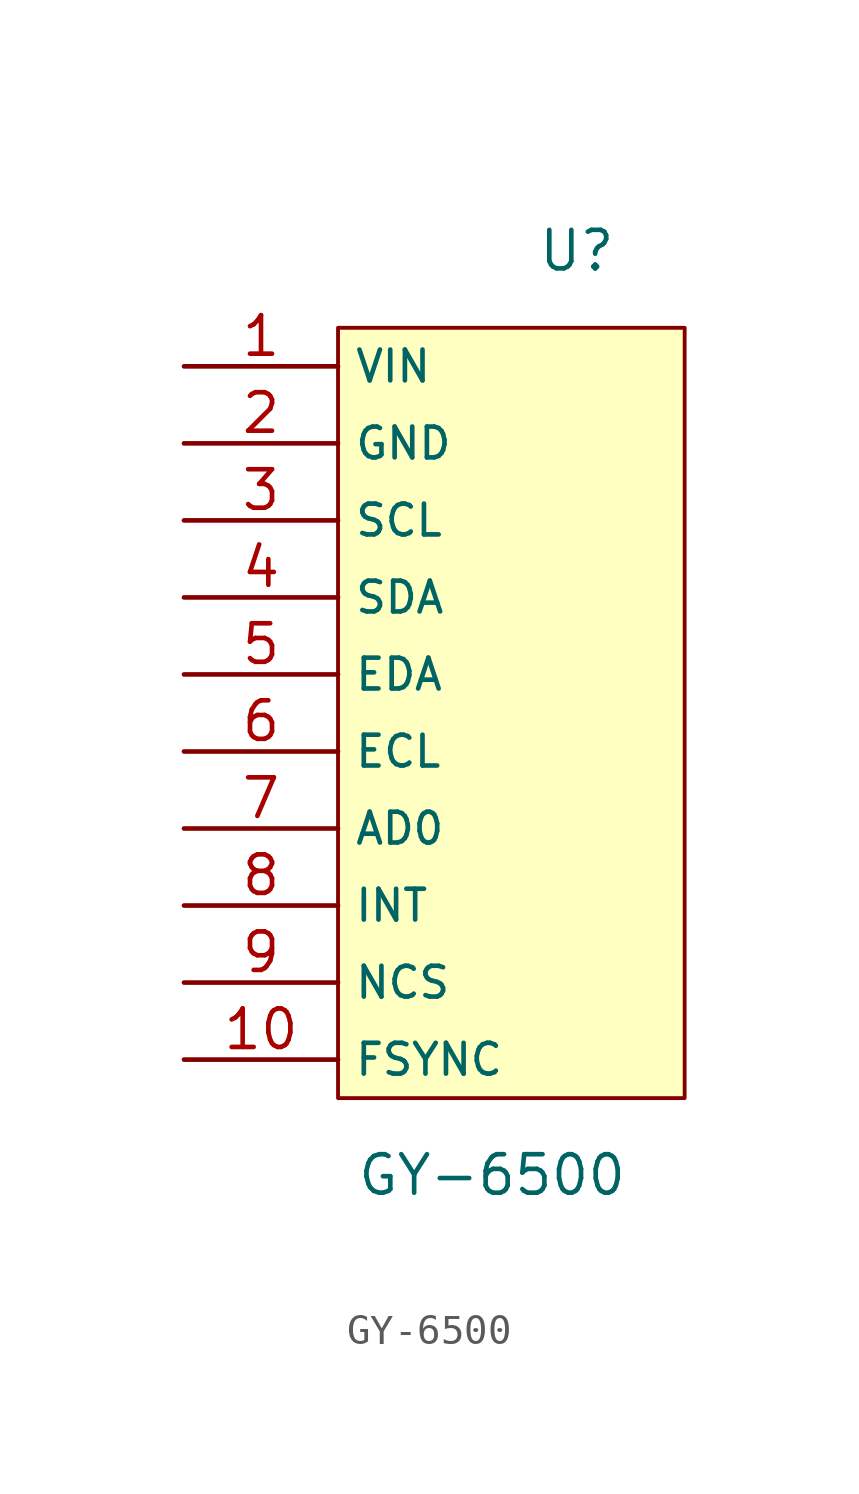
<source format=kicad_sym>
(kicad_symbol_lib
  (version 20241209)
  (generator "kicad_symbol_editor")
  (generator_version "9.0")
  (symbol "GY-6500"
    (property "Reference" "U"
      (at 2.794 15.24 0)
      (effects (font (size 1.27 1.27))))
    (property "Value" "GY-6500"
      (at 0 -15.24 0)
      (effects (font (size 1.27 1.27))))
    (symbol "GY-6500_1_0"
      (pin power_in line (at -10.16 11.43 0) (length 5.08) (name "VIN" (effects (font (size 1.016 1.016)))) (number "1" (effects (font (size 1.27 1.27)))))
      (pin power_in line (at -10.16 8.89 0) (length 5.08) (name "GND" (effects (font (size 1.016 1.016)))) (number "2" (effects (font (size 1.27 1.27)))))
      (pin bidirectional line (at -10.16 6.35 0) (length 5.08) (name "SCL" (effects (font (size 1.016 1.016)))) (number "3" (effects (font (size 1.27 1.27)))))
      (pin bidirectional line (at -10.16 3.81 0) (length 5.08) (name "SDA" (effects (font (size 1.016 1.016)))) (number "4" (effects (font (size 1.27 1.27)))))
      (pin bidirectional line (at -10.16 1.27 0) (length 5.08) (name "EDA" (effects (font (size 1.016 1.016)))) (number "5" (effects (font (size 1.27 1.27)))))
      (pin bidirectional line (at -10.16 -1.27 0) (length 5.08) (name "ECL" (effects (font (size 1.016 1.016)))) (number "6" (effects (font (size 1.27 1.27)))))
      (pin input line (at -10.16 -3.81 0) (length 5.08) (name "AD0" (effects (font (size 1.016 1.016)))) (number "7" (effects (font (size 1.27 1.27)))))
      (pin output line (at -10.16 -6.35 0) (length 5.08) (name "INT" (effects (font (size 1.016 1.016)))) (number "8" (effects (font (size 1.27 1.27)))))
      (pin input line (at -10.16 -8.89 0) (length 5.08) (name "NCS" (effects (font (size 1.016 1.016)))) (number "9" (effects (font (size 1.27 1.27)))))
      (pin input line (at -10.16 -11.43 0) (length 5.08) (name "FSYNC" (effects (font (size 1.016 1.016)))) (number "10" (effects (font (size 1.27 1.27))))))
    (symbol "GY-6500_1_1"
      (rectangle (start -5.08 12.7) (end 6.35 -12.7) (stroke (width 0.127) (type solid)) (fill (type background))))))
</source>
